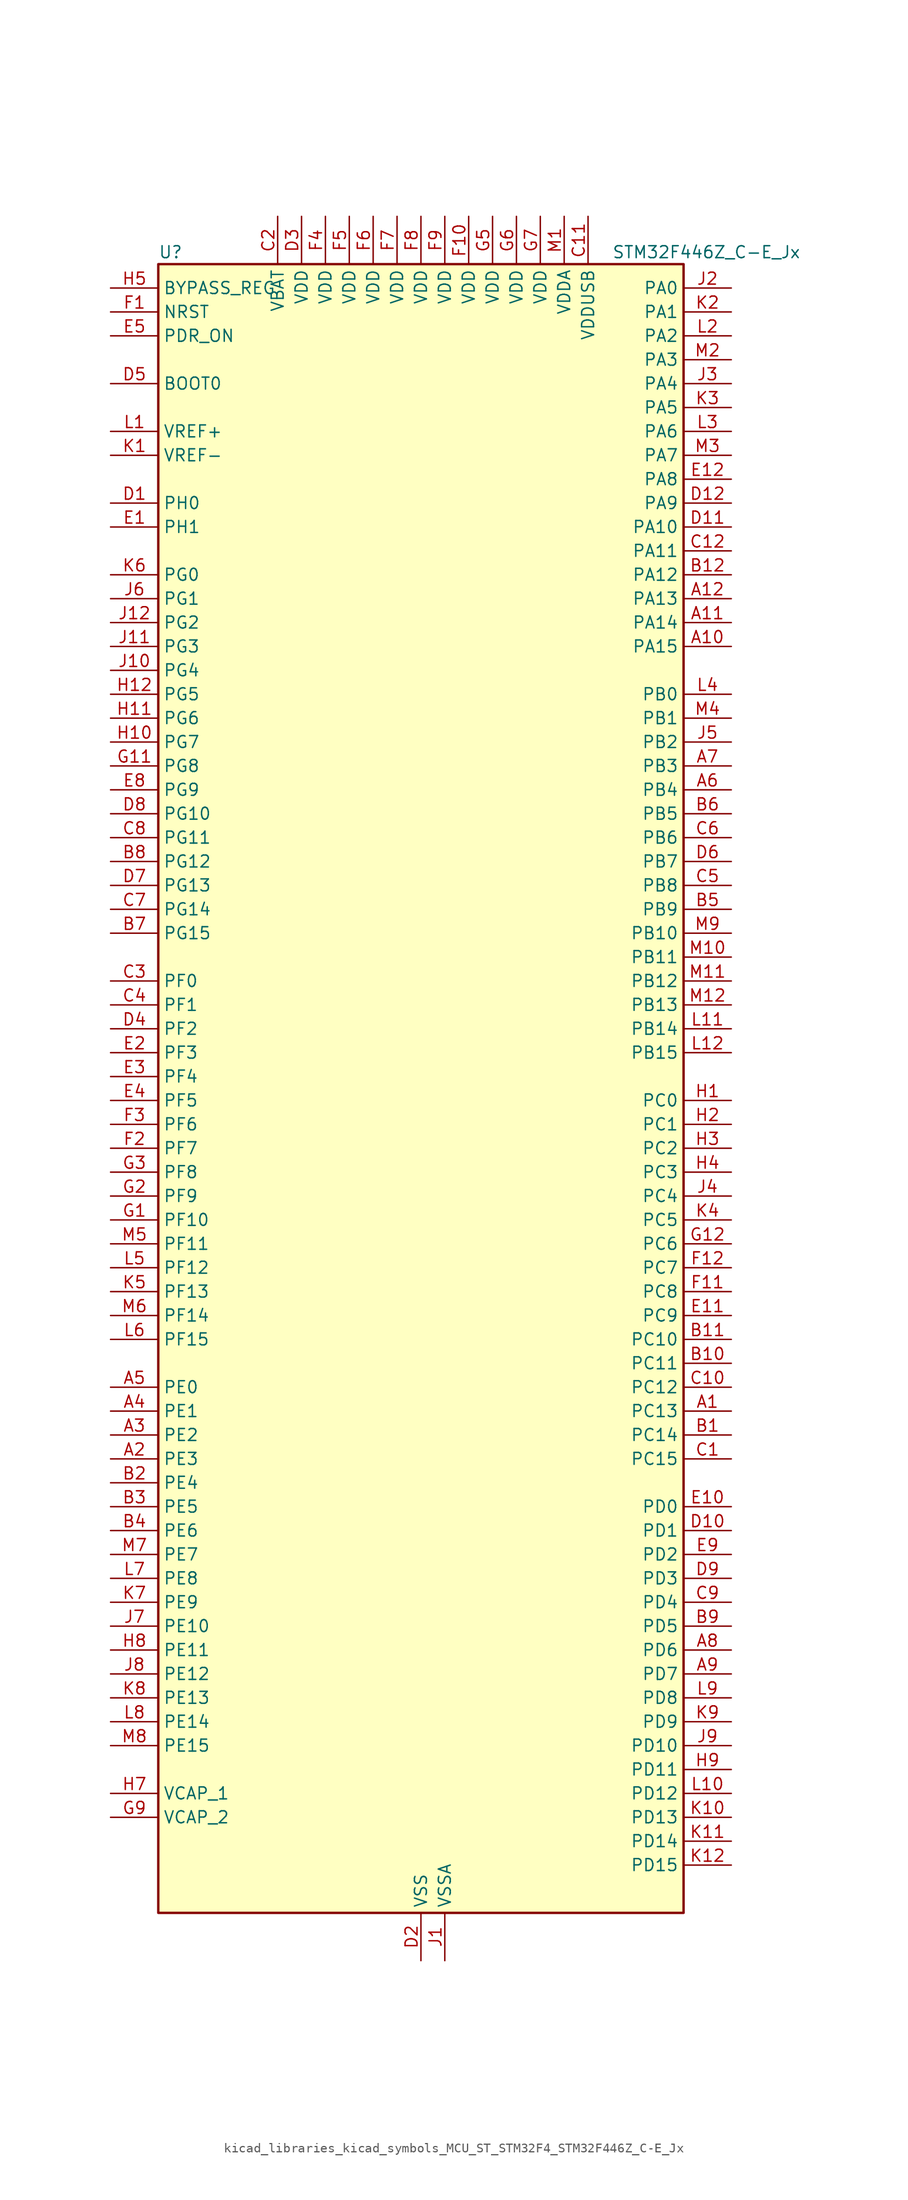
<source format=kicad_sym>
(kicad_symbol_lib
  (version 20220914)
  (generator kicad_symbol_editor)
  (symbol "kicad_libraries_kicad_symbols_MCU_ST_STM32F4_STM32F446Z_C-E_Jx"
    (property "Reference" "U"
      (at -27.94 90.17 0)
      (effects (font (size 1.27 1.27)) (justify left)))
    (property "Value" "STM32F446Z_C-E_Jx"
      (at 20.32 90.17 0)
      (effects (font (size 1.27 1.27)) (justify left)))
    (property "ki_locked" ""
      (at 0 0 0)
      (effects (font (size 1.27 1.27))))
    (symbol "kicad_libraries_kicad_symbols_MCU_ST_STM32F4_STM32F446Z_C-E_Jx_0_1"
      (rectangle (start -27.94 -86.36) (end 27.94 88.9) (stroke (width 0.254) (type default)) (fill (type background))))
    (symbol "kicad_libraries_kicad_symbols_MCU_ST_STM32F4_STM32F446Z_C-E_Jx_1_1"
      (pin bidirectional line (at 33.02 -33.02 180) (length 5.08) (name "PC13" (effects (font (size 1.27 1.27)))) (number "A1" (effects (font (size 1.27 1.27)))) (alternate "RTC_AF1" bidirectional line) (alternate "SYS_WKUP1" bidirectional line))
      (pin bidirectional line (at 33.02 48.26 180) (length 5.08) (name "PA15" (effects (font (size 1.27 1.27)))) (number "A10" (effects (font (size 1.27 1.27)))) (alternate "ADC1_EXTI15" bidirectional line) (alternate "ADC2_EXTI15" bidirectional line) (alternate "ADC3_EXTI15" bidirectional line) (alternate "CEC" bidirectional line) (alternate "I2S1_WS" bidirectional line) (alternate "I2S3_WS" bidirectional line) (alternate "SPI1_NSS" bidirectional line) (alternate "SPI3_NSS" bidirectional line) (alternate "SYS_JTDI" bidirectional line) (alternate "TIM2_CH1" bidirectional line) (alternate "TIM2_ETR" bidirectional line) (alternate "UART4_RTS" bidirectional line))
      (pin bidirectional line (at 33.02 50.8 180) (length 5.08) (name "PA14" (effects (font (size 1.27 1.27)))) (number "A11" (effects (font (size 1.27 1.27)))) (alternate "SYS_JTCK-SWCLK" bidirectional line))
      (pin bidirectional line (at 33.02 53.34 180) (length 5.08) (name "PA13" (effects (font (size 1.27 1.27)))) (number "A12" (effects (font (size 1.27 1.27)))) (alternate "SYS_JTMS-SWDIO" bidirectional line))
      (pin bidirectional line (at -33.02 -38.1 0) (length 5.08) (name "PE3" (effects (font (size 1.27 1.27)))) (number "A2" (effects (font (size 1.27 1.27)))) (alternate "FMC_A19" bidirectional line) (alternate "SAI1_SD_B" bidirectional line) (alternate "SYS_TRACED0" bidirectional line))
      (pin bidirectional line (at -33.02 -35.56 0) (length 5.08) (name "PE2" (effects (font (size 1.27 1.27)))) (number "A3" (effects (font (size 1.27 1.27)))) (alternate "FMC_A23" bidirectional line) (alternate "QUADSPI_BK1_IO2" bidirectional line) (alternate "SAI1_MCLK_A" bidirectional line) (alternate "SPI4_SCK" bidirectional line) (alternate "SYS_TRACECLK" bidirectional line))
      (pin bidirectional line (at -33.02 -33.02 0) (length 5.08) (name "PE1" (effects (font (size 1.27 1.27)))) (number "A4" (effects (font (size 1.27 1.27)))) (alternate "DCMI_D3" bidirectional line) (alternate "FMC_NBL1" bidirectional line))
      (pin bidirectional line (at -33.02 -30.48 0) (length 5.08) (name "PE0" (effects (font (size 1.27 1.27)))) (number "A5" (effects (font (size 1.27 1.27)))) (alternate "DCMI_D2" bidirectional line) (alternate "FMC_NBL0" bidirectional line) (alternate "SAI2_MCLK_A" bidirectional line) (alternate "TIM4_ETR" bidirectional line))
      (pin bidirectional line (at 33.02 33.02 180) (length 5.08) (name "PB4" (effects (font (size 1.27 1.27)))) (number "A6" (effects (font (size 1.27 1.27)))) (alternate "I2C3_SDA" bidirectional line) (alternate "I2S2_WS" bidirectional line) (alternate "SPI1_MISO" bidirectional line) (alternate "SPI2_NSS" bidirectional line) (alternate "SPI3_MISO" bidirectional line) (alternate "SYS_JTRST" bidirectional line) (alternate "TIM3_CH1" bidirectional line))
      (pin bidirectional line (at 33.02 35.56 180) (length 5.08) (name "PB3" (effects (font (size 1.27 1.27)))) (number "A7" (effects (font (size 1.27 1.27)))) (alternate "I2C2_SDA" bidirectional line) (alternate "I2S1_CK" bidirectional line) (alternate "I2S3_CK" bidirectional line) (alternate "SPI1_SCK" bidirectional line) (alternate "SPI3_SCK" bidirectional line) (alternate "SYS_JTDO-SWO" bidirectional line) (alternate "TIM2_CH2" bidirectional line))
      (pin bidirectional line (at 33.02 -58.42 180) (length 5.08) (name "PD6" (effects (font (size 1.27 1.27)))) (number "A8" (effects (font (size 1.27 1.27)))) (alternate "DCMI_D10" bidirectional line) (alternate "FMC_NWAIT" bidirectional line) (alternate "I2S3_SD" bidirectional line) (alternate "SAI1_SD_A" bidirectional line) (alternate "SPI3_MOSI" bidirectional line) (alternate "USART2_RX" bidirectional line))
      (pin bidirectional line (at 33.02 -60.96 180) (length 5.08) (name "PD7" (effects (font (size 1.27 1.27)))) (number "A9" (effects (font (size 1.27 1.27)))) (alternate "FMC_NE1" bidirectional line) (alternate "SPDIFRX_IN0" bidirectional line) (alternate "USART2_CK" bidirectional line))
      (pin bidirectional line (at 33.02 -35.56 180) (length 5.08) (name "PC14" (effects (font (size 1.27 1.27)))) (number "B1" (effects (font (size 1.27 1.27)))) (alternate "RCC_OSC32_IN" bidirectional line))
      (pin bidirectional line (at 33.02 -27.94 180) (length 5.08) (name "PC11" (effects (font (size 1.27 1.27)))) (number "B10" (effects (font (size 1.27 1.27)))) (alternate "ADC1_EXTI11" bidirectional line) (alternate "ADC2_EXTI11" bidirectional line) (alternate "ADC3_EXTI11" bidirectional line) (alternate "DCMI_D4" bidirectional line) (alternate "QUADSPI_BK2_NCS" bidirectional line) (alternate "SDIO_D3" bidirectional line) (alternate "SPI3_MISO" bidirectional line) (alternate "UART4_RX" bidirectional line) (alternate "USART3_RX" bidirectional line))
      (pin bidirectional line (at 33.02 -25.4 180) (length 5.08) (name "PC10" (effects (font (size 1.27 1.27)))) (number "B11" (effects (font (size 1.27 1.27)))) (alternate "DCMI_D8" bidirectional line) (alternate "I2S3_CK" bidirectional line) (alternate "QUADSPI_BK1_IO1" bidirectional line) (alternate "SDIO_D2" bidirectional line) (alternate "SPI3_SCK" bidirectional line) (alternate "UART4_TX" bidirectional line) (alternate "USART3_TX" bidirectional line))
      (pin bidirectional line (at 33.02 55.88 180) (length 5.08) (name "PA12" (effects (font (size 1.27 1.27)))) (number "B12" (effects (font (size 1.27 1.27)))) (alternate "CAN1_TX" bidirectional line) (alternate "SAI2_FS_B" bidirectional line) (alternate "TIM1_ETR" bidirectional line) (alternate "USART1_RTS" bidirectional line) (alternate "USB_OTG_FS_DP" bidirectional line))
      (pin bidirectional line (at -33.02 -40.64 0) (length 5.08) (name "PE4" (effects (font (size 1.27 1.27)))) (number "B2" (effects (font (size 1.27 1.27)))) (alternate "DCMI_D4" bidirectional line) (alternate "FMC_A20" bidirectional line) (alternate "SAI1_FS_A" bidirectional line) (alternate "SPI4_NSS" bidirectional line) (alternate "SYS_TRACED1" bidirectional line))
      (pin bidirectional line (at -33.02 -43.18 0) (length 5.08) (name "PE5" (effects (font (size 1.27 1.27)))) (number "B3" (effects (font (size 1.27 1.27)))) (alternate "DCMI_D6" bidirectional line) (alternate "FMC_A21" bidirectional line) (alternate "SAI1_SCK_A" bidirectional line) (alternate "SPI4_MISO" bidirectional line) (alternate "SYS_TRACED2" bidirectional line) (alternate "TIM9_CH1" bidirectional line))
      (pin bidirectional line (at -33.02 -45.72 0) (length 5.08) (name "PE6" (effects (font (size 1.27 1.27)))) (number "B4" (effects (font (size 1.27 1.27)))) (alternate "DCMI_D7" bidirectional line) (alternate "FMC_A22" bidirectional line) (alternate "SAI1_SD_A" bidirectional line) (alternate "SPI4_MOSI" bidirectional line) (alternate "SYS_TRACED3" bidirectional line) (alternate "TIM9_CH2" bidirectional line))
      (pin bidirectional line (at 33.02 20.32 180) (length 5.08) (name "PB9" (effects (font (size 1.27 1.27)))) (number "B5" (effects (font (size 1.27 1.27)))) (alternate "CAN1_TX" bidirectional line) (alternate "DAC_EXTI9" bidirectional line) (alternate "DCMI_D7" bidirectional line) (alternate "I2C1_SDA" bidirectional line) (alternate "I2S2_WS" bidirectional line) (alternate "SAI1_FS_B" bidirectional line) (alternate "SDIO_D5" bidirectional line) (alternate "SPI2_NSS" bidirectional line) (alternate "TIM11_CH1" bidirectional line) (alternate "TIM2_CH2" bidirectional line) (alternate "TIM4_CH4" bidirectional line))
      (pin bidirectional line (at 33.02 30.48 180) (length 5.08) (name "PB5" (effects (font (size 1.27 1.27)))) (number "B6" (effects (font (size 1.27 1.27)))) (alternate "CAN2_RX" bidirectional line) (alternate "DCMI_D10" bidirectional line) (alternate "FMC_SDCKE1" bidirectional line) (alternate "I2C1_SMBA" bidirectional line) (alternate "I2S1_SD" bidirectional line) (alternate "I2S3_SD" bidirectional line) (alternate "SPI1_MOSI" bidirectional line) (alternate "SPI3_MOSI" bidirectional line) (alternate "TIM3_CH2" bidirectional line) (alternate "USB_OTG_HS_ULPI_D7" bidirectional line))
      (pin bidirectional line (at -33.02 17.78 0) (length 5.08) (name "PG15" (effects (font (size 1.27 1.27)))) (number "B7" (effects (font (size 1.27 1.27)))) (alternate "ADC1_EXTI15" bidirectional line) (alternate "ADC2_EXTI15" bidirectional line) (alternate "ADC3_EXTI15" bidirectional line) (alternate "DCMI_D13" bidirectional line) (alternate "FMC_SDNCAS" bidirectional line) (alternate "USART6_CTS" bidirectional line))
      (pin bidirectional line (at -33.02 25.4 0) (length 5.08) (name "PG12" (effects (font (size 1.27 1.27)))) (number "B8" (effects (font (size 1.27 1.27)))) (alternate "FMC_NE4" bidirectional line) (alternate "SPDIFRX_IN1" bidirectional line) (alternate "SPI4_MISO" bidirectional line) (alternate "USART6_RTS" bidirectional line))
      (pin bidirectional line (at 33.02 -55.88 180) (length 5.08) (name "PD5" (effects (font (size 1.27 1.27)))) (number "B9" (effects (font (size 1.27 1.27)))) (alternate "FMC_NWE" bidirectional line) (alternate "USART2_TX" bidirectional line))
      (pin bidirectional line (at 33.02 -38.1 180) (length 5.08) (name "PC15" (effects (font (size 1.27 1.27)))) (number "C1" (effects (font (size 1.27 1.27)))) (alternate "ADC1_EXTI15" bidirectional line) (alternate "ADC2_EXTI15" bidirectional line) (alternate "ADC3_EXTI15" bidirectional line) (alternate "RCC_OSC32_OUT" bidirectional line))
      (pin bidirectional line (at 33.02 -30.48 180) (length 5.08) (name "PC12" (effects (font (size 1.27 1.27)))) (number "C10" (effects (font (size 1.27 1.27)))) (alternate "DCMI_D9" bidirectional line) (alternate "I2C2_SDA" bidirectional line) (alternate "I2S3_SD" bidirectional line) (alternate "SDIO_CK" bidirectional line) (alternate "SPI3_MOSI" bidirectional line) (alternate "UART5_TX" bidirectional line) (alternate "USART3_CK" bidirectional line))
      (pin power_in line (at 17.78 93.98 270) (length 5.08) (name "VDDUSB" (effects (font (size 1.27 1.27)))) (number "C11" (effects (font (size 1.27 1.27)))))
      (pin bidirectional line (at 33.02 58.42 180) (length 5.08) (name "PA11" (effects (font (size 1.27 1.27)))) (number "C12" (effects (font (size 1.27 1.27)))) (alternate "ADC1_EXTI11" bidirectional line) (alternate "ADC2_EXTI11" bidirectional line) (alternate "ADC3_EXTI11" bidirectional line) (alternate "CAN1_RX" bidirectional line) (alternate "TIM1_CH4" bidirectional line) (alternate "USART1_CTS" bidirectional line) (alternate "USB_OTG_FS_DM" bidirectional line))
      (pin power_in line (at -15.24 93.98 270) (length 5.08) (name "VBAT" (effects (font (size 1.27 1.27)))) (number "C2" (effects (font (size 1.27 1.27)))))
      (pin bidirectional line (at -33.02 12.7 0) (length 5.08) (name "PF0" (effects (font (size 1.27 1.27)))) (number "C3" (effects (font (size 1.27 1.27)))) (alternate "FMC_A0" bidirectional line) (alternate "I2C2_SDA" bidirectional line))
      (pin bidirectional line (at -33.02 10.16 0) (length 5.08) (name "PF1" (effects (font (size 1.27 1.27)))) (number "C4" (effects (font (size 1.27 1.27)))) (alternate "FMC_A1" bidirectional line) (alternate "I2C2_SCL" bidirectional line))
      (pin bidirectional line (at 33.02 22.86 180) (length 5.08) (name "PB8" (effects (font (size 1.27 1.27)))) (number "C5" (effects (font (size 1.27 1.27)))) (alternate "CAN1_RX" bidirectional line) (alternate "DCMI_D6" bidirectional line) (alternate "I2C1_SCL" bidirectional line) (alternate "SDIO_D4" bidirectional line) (alternate "TIM10_CH1" bidirectional line) (alternate "TIM2_CH1" bidirectional line) (alternate "TIM2_ETR" bidirectional line) (alternate "TIM4_CH3" bidirectional line))
      (pin bidirectional line (at 33.02 27.94 180) (length 5.08) (name "PB6" (effects (font (size 1.27 1.27)))) (number "C6" (effects (font (size 1.27 1.27)))) (alternate "CAN2_TX" bidirectional line) (alternate "CEC" bidirectional line) (alternate "DCMI_D5" bidirectional line) (alternate "FMC_SDNE1" bidirectional line) (alternate "I2C1_SCL" bidirectional line) (alternate "QUADSPI_BK1_NCS" bidirectional line) (alternate "TIM4_CH1" bidirectional line) (alternate "USART1_TX" bidirectional line))
      (pin bidirectional line (at -33.02 20.32 0) (length 5.08) (name "PG14" (effects (font (size 1.27 1.27)))) (number "C7" (effects (font (size 1.27 1.27)))) (alternate "FMC_A25" bidirectional line) (alternate "QUADSPI_BK2_IO3" bidirectional line) (alternate "SPI4_NSS" bidirectional line) (alternate "SYS_TRACED3" bidirectional line) (alternate "USART6_TX" bidirectional line))
      (pin bidirectional line (at -33.02 27.94 0) (length 5.08) (name "PG11" (effects (font (size 1.27 1.27)))) (number "C8" (effects (font (size 1.27 1.27)))) (alternate "ADC1_EXTI11" bidirectional line) (alternate "ADC2_EXTI11" bidirectional line) (alternate "ADC3_EXTI11" bidirectional line) (alternate "DCMI_D3" bidirectional line) (alternate "SPDIFRX_IN0" bidirectional line) (alternate "SPI4_SCK" bidirectional line))
      (pin bidirectional line (at 33.02 -53.34 180) (length 5.08) (name "PD4" (effects (font (size 1.27 1.27)))) (number "C9" (effects (font (size 1.27 1.27)))) (alternate "FMC_NOE" bidirectional line) (alternate "USART2_RTS" bidirectional line))
      (pin bidirectional line (at -33.02 63.5 0) (length 5.08) (name "PH0" (effects (font (size 1.27 1.27)))) (number "D1" (effects (font (size 1.27 1.27)))) (alternate "RCC_OSC_IN" bidirectional line))
      (pin bidirectional line (at 33.02 -45.72 180) (length 5.08) (name "PD1" (effects (font (size 1.27 1.27)))) (number "D10" (effects (font (size 1.27 1.27)))) (alternate "CAN1_TX" bidirectional line) (alternate "FMC_D3" bidirectional line) (alternate "FMC_DA3" bidirectional line) (alternate "I2S2_WS" bidirectional line) (alternate "SPI2_NSS" bidirectional line))
      (pin bidirectional line (at 33.02 60.96 180) (length 5.08) (name "PA10" (effects (font (size 1.27 1.27)))) (number "D11" (effects (font (size 1.27 1.27)))) (alternate "DCMI_D1" bidirectional line) (alternate "TIM1_CH3" bidirectional line) (alternate "USART1_RX" bidirectional line) (alternate "USB_OTG_FS_ID" bidirectional line))
      (pin bidirectional line (at 33.02 63.5 180) (length 5.08) (name "PA9" (effects (font (size 1.27 1.27)))) (number "D12" (effects (font (size 1.27 1.27)))) (alternate "DAC_EXTI9" bidirectional line) (alternate "DCMI_D0" bidirectional line) (alternate "I2C3_SMBA" bidirectional line) (alternate "I2S2_CK" bidirectional line) (alternate "SAI1_SD_B" bidirectional line) (alternate "SPI2_SCK" bidirectional line) (alternate "TIM1_CH2" bidirectional line) (alternate "USART1_TX" bidirectional line) (alternate "USB_OTG_FS_VBUS" bidirectional line))
      (pin power_in line (at 0 -91.44 90) (length 5.08) (name "VSS" (effects (font (size 1.27 1.27)))) (number "D2" (effects (font (size 1.27 1.27)))))
      (pin power_in line (at -12.7 93.98 270) (length 5.08) (name "VDD" (effects (font (size 1.27 1.27)))) (number "D3" (effects (font (size 1.27 1.27)))))
      (pin bidirectional line (at -33.02 7.62 0) (length 5.08) (name "PF2" (effects (font (size 1.27 1.27)))) (number "D4" (effects (font (size 1.27 1.27)))) (alternate "FMC_A2" bidirectional line) (alternate "I2C2_SMBA" bidirectional line))
      (pin input line (at -33.02 76.2 0) (length 5.08) (name "BOOT0" (effects (font (size 1.27 1.27)))) (number "D5" (effects (font (size 1.27 1.27)))))
      (pin bidirectional line (at 33.02 25.4 180) (length 5.08) (name "PB7" (effects (font (size 1.27 1.27)))) (number "D6" (effects (font (size 1.27 1.27)))) (alternate "DCMI_VSYNC" bidirectional line) (alternate "FMC_NL" bidirectional line) (alternate "I2C1_SDA" bidirectional line) (alternate "SPDIFRX_IN0" bidirectional line) (alternate "TIM4_CH2" bidirectional line) (alternate "USART1_RX" bidirectional line))
      (pin bidirectional line (at -33.02 22.86 0) (length 5.08) (name "PG13" (effects (font (size 1.27 1.27)))) (number "D7" (effects (font (size 1.27 1.27)))) (alternate "FMC_A24" bidirectional line) (alternate "SPI4_MOSI" bidirectional line) (alternate "SYS_TRACED2" bidirectional line) (alternate "USART6_CTS" bidirectional line))
      (pin bidirectional line (at -33.02 30.48 0) (length 5.08) (name "PG10" (effects (font (size 1.27 1.27)))) (number "D8" (effects (font (size 1.27 1.27)))) (alternate "DCMI_D2" bidirectional line) (alternate "FMC_NE3" bidirectional line) (alternate "SAI2_SD_B" bidirectional line))
      (pin bidirectional line (at 33.02 -50.8 180) (length 5.08) (name "PD3" (effects (font (size 1.27 1.27)))) (number "D9" (effects (font (size 1.27 1.27)))) (alternate "DCMI_D5" bidirectional line) (alternate "FMC_CLK" bidirectional line) (alternate "I2S2_CK" bidirectional line) (alternate "QUADSPI_CLK" bidirectional line) (alternate "SPI2_SCK" bidirectional line) (alternate "SYS_TRACED1" bidirectional line) (alternate "USART2_CTS" bidirectional line))
      (pin bidirectional line (at -33.02 60.96 0) (length 5.08) (name "PH1" (effects (font (size 1.27 1.27)))) (number "E1" (effects (font (size 1.27 1.27)))) (alternate "RCC_OSC_OUT" bidirectional line))
      (pin bidirectional line (at 33.02 -43.18 180) (length 5.08) (name "PD0" (effects (font (size 1.27 1.27)))) (number "E10" (effects (font (size 1.27 1.27)))) (alternate "CAN1_RX" bidirectional line) (alternate "FMC_D2" bidirectional line) (alternate "FMC_DA2" bidirectional line) (alternate "I2S3_SD" bidirectional line) (alternate "SPI3_MOSI" bidirectional line) (alternate "SPI4_MISO" bidirectional line))
      (pin bidirectional line (at 33.02 -22.86 180) (length 5.08) (name "PC9" (effects (font (size 1.27 1.27)))) (number "E11" (effects (font (size 1.27 1.27)))) (alternate "DAC_EXTI9" bidirectional line) (alternate "DCMI_D3" bidirectional line) (alternate "I2C3_SDA" bidirectional line) (alternate "I2S_CKIN" bidirectional line) (alternate "QUADSPI_BK1_IO0" bidirectional line) (alternate "RCC_MCO_2" bidirectional line) (alternate "SDIO_D1" bidirectional line) (alternate "TIM3_CH4" bidirectional line) (alternate "TIM8_CH4" bidirectional line) (alternate "UART5_CTS" bidirectional line))
      (pin bidirectional line (at 33.02 66.04 180) (length 5.08) (name "PA8" (effects (font (size 1.27 1.27)))) (number "E12" (effects (font (size 1.27 1.27)))) (alternate "I2C3_SCL" bidirectional line) (alternate "RCC_MCO_1" bidirectional line) (alternate "TIM1_CH1" bidirectional line) (alternate "USART1_CK" bidirectional line) (alternate "USB_OTG_FS_SOF" bidirectional line))
      (pin bidirectional line (at -33.02 5.08 0) (length 5.08) (name "PF3" (effects (font (size 1.27 1.27)))) (number "E2" (effects (font (size 1.27 1.27)))) (alternate "ADC3_IN9" bidirectional line) (alternate "FMC_A3" bidirectional line))
      (pin bidirectional line (at -33.02 2.54 0) (length 5.08) (name "PF4" (effects (font (size 1.27 1.27)))) (number "E3" (effects (font (size 1.27 1.27)))) (alternate "ADC3_IN14" bidirectional line) (alternate "FMC_A4" bidirectional line))
      (pin bidirectional line (at -33.02 0 0) (length 5.08) (name "PF5" (effects (font (size 1.27 1.27)))) (number "E4" (effects (font (size 1.27 1.27)))) (alternate "ADC3_IN15" bidirectional line) (alternate "FMC_A5" bidirectional line))
      (pin input line (at -33.02 81.28 0) (length 5.08) (name "PDR_ON" (effects (font (size 1.27 1.27)))) (number "E5" (effects (font (size 1.27 1.27)))))
      (pin passive line (at 0 -91.44 90) (length 5.08) hide (name "VSS" (effects (font (size 1.27 1.27)))) (number "E6" (effects (font (size 1.27 1.27)))))
      (pin passive line (at 0 -91.44 90) (length 5.08) hide (name "VSS" (effects (font (size 1.27 1.27)))) (number "E7" (effects (font (size 1.27 1.27)))))
      (pin bidirectional line (at -33.02 33.02 0) (length 5.08) (name "PG9" (effects (font (size 1.27 1.27)))) (number "E8" (effects (font (size 1.27 1.27)))) (alternate "DAC_EXTI9" bidirectional line) (alternate "DCMI_VSYNC" bidirectional line) (alternate "FMC_NCE3" bidirectional line) (alternate "FMC_NE2" bidirectional line) (alternate "QUADSPI_BK2_IO2" bidirectional line) (alternate "SAI2_FS_B" bidirectional line) (alternate "SPDIFRX_IN3" bidirectional line) (alternate "USART6_RX" bidirectional line))
      (pin bidirectional line (at 33.02 -48.26 180) (length 5.08) (name "PD2" (effects (font (size 1.27 1.27)))) (number "E9" (effects (font (size 1.27 1.27)))) (alternate "DCMI_D11" bidirectional line) (alternate "SDIO_CMD" bidirectional line) (alternate "TIM3_ETR" bidirectional line) (alternate "UART5_RX" bidirectional line))
      (pin input line (at -33.02 83.82 0) (length 5.08) (name "NRST" (effects (font (size 1.27 1.27)))) (number "F1" (effects (font (size 1.27 1.27)))))
      (pin power_in line (at 5.08 93.98 270) (length 5.08) (name "VDD" (effects (font (size 1.27 1.27)))) (number "F10" (effects (font (size 1.27 1.27)))))
      (pin bidirectional line (at 33.02 -20.32 180) (length 5.08) (name "PC8" (effects (font (size 1.27 1.27)))) (number "F11" (effects (font (size 1.27 1.27)))) (alternate "DCMI_D2" bidirectional line) (alternate "SDIO_D0" bidirectional line) (alternate "SYS_TRACED0" bidirectional line) (alternate "TIM3_CH3" bidirectional line) (alternate "TIM8_CH3" bidirectional line) (alternate "UART5_RTS" bidirectional line) (alternate "USART6_CK" bidirectional line))
      (pin bidirectional line (at 33.02 -17.78 180) (length 5.08) (name "PC7" (effects (font (size 1.27 1.27)))) (number "F12" (effects (font (size 1.27 1.27)))) (alternate "DCMI_D1" bidirectional line) (alternate "FMPI2C1_SDA" bidirectional line) (alternate "I2S2_CK" bidirectional line) (alternate "I2S3_MCK" bidirectional line) (alternate "SDIO_D7" bidirectional line) (alternate "SPDIFRX_IN1" bidirectional line) (alternate "SPI2_SCK" bidirectional line) (alternate "TIM3_CH2" bidirectional line) (alternate "TIM8_CH2" bidirectional line) (alternate "USART6_RX" bidirectional line))
      (pin bidirectional line (at -33.02 -5.08 0) (length 5.08) (name "PF7" (effects (font (size 1.27 1.27)))) (number "F2" (effects (font (size 1.27 1.27)))) (alternate "ADC3_IN5" bidirectional line) (alternate "QUADSPI_BK1_IO2" bidirectional line) (alternate "SAI1_MCLK_B" bidirectional line) (alternate "TIM11_CH1" bidirectional line))
      (pin bidirectional line (at -33.02 -2.54 0) (length 5.08) (name "PF6" (effects (font (size 1.27 1.27)))) (number "F3" (effects (font (size 1.27 1.27)))) (alternate "ADC3_IN4" bidirectional line) (alternate "QUADSPI_BK1_IO3" bidirectional line) (alternate "SAI1_SD_B" bidirectional line) (alternate "TIM10_CH1" bidirectional line))
      (pin power_in line (at -10.16 93.98 270) (length 5.08) (name "VDD" (effects (font (size 1.27 1.27)))) (number "F4" (effects (font (size 1.27 1.27)))))
      (pin power_in line (at -7.62 93.98 270) (length 5.08) (name "VDD" (effects (font (size 1.27 1.27)))) (number "F5" (effects (font (size 1.27 1.27)))))
      (pin power_in line (at -5.08 93.98 270) (length 5.08) (name "VDD" (effects (font (size 1.27 1.27)))) (number "F6" (effects (font (size 1.27 1.27)))))
      (pin power_in line (at -2.54 93.98 270) (length 5.08) (name "VDD" (effects (font (size 1.27 1.27)))) (number "F7" (effects (font (size 1.27 1.27)))))
      (pin power_in line (at 0 93.98 270) (length 5.08) (name "VDD" (effects (font (size 1.27 1.27)))) (number "F8" (effects (font (size 1.27 1.27)))))
      (pin power_in line (at 2.54 93.98 270) (length 5.08) (name "VDD" (effects (font (size 1.27 1.27)))) (number "F9" (effects (font (size 1.27 1.27)))))
      (pin bidirectional line (at -33.02 -12.7 0) (length 5.08) (name "PF10" (effects (font (size 1.27 1.27)))) (number "G1" (effects (font (size 1.27 1.27)))) (alternate "ADC3_IN8" bidirectional line) (alternate "DCMI_D11" bidirectional line))
      (pin passive line (at 0 -91.44 90) (length 5.08) hide (name "VSS" (effects (font (size 1.27 1.27)))) (number "G10" (effects (font (size 1.27 1.27)))))
      (pin bidirectional line (at -33.02 35.56 0) (length 5.08) (name "PG8" (effects (font (size 1.27 1.27)))) (number "G11" (effects (font (size 1.27 1.27)))) (alternate "FMC_SDCLK" bidirectional line) (alternate "SPDIFRX_IN2" bidirectional line) (alternate "USART6_RTS" bidirectional line))
      (pin bidirectional line (at 33.02 -15.24 180) (length 5.08) (name "PC6" (effects (font (size 1.27 1.27)))) (number "G12" (effects (font (size 1.27 1.27)))) (alternate "DCMI_D0" bidirectional line) (alternate "FMPI2C1_SCL" bidirectional line) (alternate "I2S2_MCK" bidirectional line) (alternate "SDIO_D6" bidirectional line) (alternate "TIM3_CH1" bidirectional line) (alternate "TIM8_CH1" bidirectional line) (alternate "USART6_TX" bidirectional line))
      (pin bidirectional line (at -33.02 -10.16 0) (length 5.08) (name "PF9" (effects (font (size 1.27 1.27)))) (number "G2" (effects (font (size 1.27 1.27)))) (alternate "ADC3_IN7" bidirectional line) (alternate "DAC_EXTI9" bidirectional line) (alternate "QUADSPI_BK1_IO1" bidirectional line) (alternate "SAI1_FS_B" bidirectional line) (alternate "TIM14_CH1" bidirectional line))
      (pin bidirectional line (at -33.02 -7.62 0) (length 5.08) (name "PF8" (effects (font (size 1.27 1.27)))) (number "G3" (effects (font (size 1.27 1.27)))) (alternate "ADC3_IN6" bidirectional line) (alternate "QUADSPI_BK1_IO0" bidirectional line) (alternate "SAI1_SCK_B" bidirectional line) (alternate "TIM13_CH1" bidirectional line))
      (pin passive line (at 0 -91.44 90) (length 5.08) hide (name "VSS" (effects (font (size 1.27 1.27)))) (number "G4" (effects (font (size 1.27 1.27)))))
      (pin power_in line (at 7.62 93.98 270) (length 5.08) (name "VDD" (effects (font (size 1.27 1.27)))) (number "G5" (effects (font (size 1.27 1.27)))))
      (pin power_in line (at 10.16 93.98 270) (length 5.08) (name "VDD" (effects (font (size 1.27 1.27)))) (number "G6" (effects (font (size 1.27 1.27)))))
      (pin power_in line (at 12.7 93.98 270) (length 5.08) (name "VDD" (effects (font (size 1.27 1.27)))) (number "G7" (effects (font (size 1.27 1.27)))))
      (pin passive line (at 0 -91.44 90) (length 5.08) hide (name "VSS" (effects (font (size 1.27 1.27)))) (number "G8" (effects (font (size 1.27 1.27)))))
      (pin power_out line (at -33.02 -76.2 0) (length 5.08) (name "VCAP_2" (effects (font (size 1.27 1.27)))) (number "G9" (effects (font (size 1.27 1.27)))))
      (pin bidirectional line (at 33.02 0 180) (length 5.08) (name "PC0" (effects (font (size 1.27 1.27)))) (number "H1" (effects (font (size 1.27 1.27)))) (alternate "ADC1_IN10" bidirectional line) (alternate "ADC2_IN10" bidirectional line) (alternate "ADC3_IN10" bidirectional line) (alternate "FMC_SDNWE" bidirectional line) (alternate "SAI1_MCLK_B" bidirectional line) (alternate "USB_OTG_HS_ULPI_STP" bidirectional line))
      (pin bidirectional line (at -33.02 38.1 0) (length 5.08) (name "PG7" (effects (font (size 1.27 1.27)))) (number "H10" (effects (font (size 1.27 1.27)))) (alternate "DCMI_D13" bidirectional line) (alternate "FMC_INT3" bidirectional line) (alternate "USART6_CK" bidirectional line))
      (pin bidirectional line (at -33.02 40.64 0) (length 5.08) (name "PG6" (effects (font (size 1.27 1.27)))) (number "H11" (effects (font (size 1.27 1.27)))) (alternate "DCMI_D12" bidirectional line) (alternate "QUADSPI_BK1_NCS" bidirectional line))
      (pin bidirectional line (at -33.02 43.18 0) (length 5.08) (name "PG5" (effects (font (size 1.27 1.27)))) (number "H12" (effects (font (size 1.27 1.27)))) (alternate "FMC_A15" bidirectional line) (alternate "FMC_BA1" bidirectional line))
      (pin bidirectional line (at 33.02 -2.54 180) (length 5.08) (name "PC1" (effects (font (size 1.27 1.27)))) (number "H2" (effects (font (size 1.27 1.27)))) (alternate "ADC1_IN11" bidirectional line) (alternate "ADC2_IN11" bidirectional line) (alternate "ADC3_IN11" bidirectional line) (alternate "I2S2_SD" bidirectional line) (alternate "I2S3_SD" bidirectional line) (alternate "SAI1_SD_A" bidirectional line) (alternate "SPI2_MOSI" bidirectional line) (alternate "SPI3_MOSI" bidirectional line))
      (pin bidirectional line (at 33.02 -5.08 180) (length 5.08) (name "PC2" (effects (font (size 1.27 1.27)))) (number "H3" (effects (font (size 1.27 1.27)))) (alternate "ADC1_IN12" bidirectional line) (alternate "ADC2_IN12" bidirectional line) (alternate "ADC3_IN12" bidirectional line) (alternate "FMC_SDNE0" bidirectional line) (alternate "SPI2_MISO" bidirectional line) (alternate "USB_OTG_HS_ULPI_DIR" bidirectional line))
      (pin bidirectional line (at 33.02 -7.62 180) (length 5.08) (name "PC3" (effects (font (size 1.27 1.27)))) (number "H4" (effects (font (size 1.27 1.27)))) (alternate "ADC1_IN13" bidirectional line) (alternate "ADC2_IN13" bidirectional line) (alternate "ADC3_IN13" bidirectional line) (alternate "FMC_SDCKE0" bidirectional line) (alternate "I2S2_SD" bidirectional line) (alternate "SPI2_MOSI" bidirectional line) (alternate "USB_OTG_HS_ULPI_NXT" bidirectional line))
      (pin input line (at -33.02 86.36 0) (length 5.08) (name "BYPASS_REG" (effects (font (size 1.27 1.27)))) (number "H5" (effects (font (size 1.27 1.27)))))
      (pin passive line (at 0 -91.44 90) (length 5.08) hide (name "VSS" (effects (font (size 1.27 1.27)))) (number "H6" (effects (font (size 1.27 1.27)))))
      (pin power_out line (at -33.02 -73.66 0) (length 5.08) (name "VCAP_1" (effects (font (size 1.27 1.27)))) (number "H7" (effects (font (size 1.27 1.27)))))
      (pin bidirectional line (at -33.02 -58.42 0) (length 5.08) (name "PE11" (effects (font (size 1.27 1.27)))) (number "H8" (effects (font (size 1.27 1.27)))) (alternate "ADC1_EXTI11" bidirectional line) (alternate "ADC2_EXTI11" bidirectional line) (alternate "ADC3_EXTI11" bidirectional line) (alternate "FMC_D8" bidirectional line) (alternate "FMC_DA8" bidirectional line) (alternate "SAI2_SD_B" bidirectional line) (alternate "SPI4_NSS" bidirectional line) (alternate "TIM1_CH2" bidirectional line))
      (pin bidirectional line (at 33.02 -71.12 180) (length 5.08) (name "PD11" (effects (font (size 1.27 1.27)))) (number "H9" (effects (font (size 1.27 1.27)))) (alternate "ADC1_EXTI11" bidirectional line) (alternate "ADC2_EXTI11" bidirectional line) (alternate "ADC3_EXTI11" bidirectional line) (alternate "FMC_A16" bidirectional line) (alternate "FMC_CLE" bidirectional line) (alternate "FMPI2C1_SMBA" bidirectional line) (alternate "QUADSPI_BK1_IO0" bidirectional line) (alternate "SAI2_SD_A" bidirectional line) (alternate "USART3_CTS" bidirectional line))
      (pin power_in line (at 2.54 -91.44 90) (length 5.08) (name "VSSA" (effects (font (size 1.27 1.27)))) (number "J1" (effects (font (size 1.27 1.27)))))
      (pin bidirectional line (at -33.02 45.72 0) (length 5.08) (name "PG4" (effects (font (size 1.27 1.27)))) (number "J10" (effects (font (size 1.27 1.27)))) (alternate "FMC_A14" bidirectional line) (alternate "FMC_BA0" bidirectional line))
      (pin bidirectional line (at -33.02 48.26 0) (length 5.08) (name "PG3" (effects (font (size 1.27 1.27)))) (number "J11" (effects (font (size 1.27 1.27)))) (alternate "FMC_A13" bidirectional line))
      (pin bidirectional line (at -33.02 50.8 0) (length 5.08) (name "PG2" (effects (font (size 1.27 1.27)))) (number "J12" (effects (font (size 1.27 1.27)))) (alternate "FMC_A12" bidirectional line))
      (pin bidirectional line (at 33.02 86.36 180) (length 5.08) (name "PA0" (effects (font (size 1.27 1.27)))) (number "J2" (effects (font (size 1.27 1.27)))) (alternate "ADC1_IN0" bidirectional line) (alternate "ADC2_IN0" bidirectional line) (alternate "ADC3_IN0" bidirectional line) (alternate "RTC_AF2" bidirectional line) (alternate "SYS_WKUP0" bidirectional line) (alternate "TIM2_CH1" bidirectional line) (alternate "TIM2_ETR" bidirectional line) (alternate "TIM5_CH1" bidirectional line) (alternate "TIM8_ETR" bidirectional line) (alternate "UART4_TX" bidirectional line) (alternate "USART2_CTS" bidirectional line))
      (pin bidirectional line (at 33.02 76.2 180) (length 5.08) (name "PA4" (effects (font (size 1.27 1.27)))) (number "J3" (effects (font (size 1.27 1.27)))) (alternate "ADC1_IN4" bidirectional line) (alternate "ADC2_IN4" bidirectional line) (alternate "DAC_OUT1" bidirectional line) (alternate "DCMI_HSYNC" bidirectional line) (alternate "I2S1_WS" bidirectional line) (alternate "I2S3_WS" bidirectional line) (alternate "SPI1_NSS" bidirectional line) (alternate "SPI3_NSS" bidirectional line) (alternate "USART2_CK" bidirectional line) (alternate "USB_OTG_HS_SOF" bidirectional line))
      (pin bidirectional line (at 33.02 -10.16 180) (length 5.08) (name "PC4" (effects (font (size 1.27 1.27)))) (number "J4" (effects (font (size 1.27 1.27)))) (alternate "ADC1_IN14" bidirectional line) (alternate "ADC2_IN14" bidirectional line) (alternate "FMC_SDNE0" bidirectional line) (alternate "I2S1_MCK" bidirectional line) (alternate "SPDIFRX_IN2" bidirectional line))
      (pin bidirectional line (at 33.02 38.1 180) (length 5.08) (name "PB2" (effects (font (size 1.27 1.27)))) (number "J5" (effects (font (size 1.27 1.27)))) (alternate "I2S3_SD" bidirectional line) (alternate "QUADSPI_CLK" bidirectional line) (alternate "SAI1_SD_A" bidirectional line) (alternate "SDIO_CK" bidirectional line) (alternate "SPI3_MOSI" bidirectional line) (alternate "TIM2_CH4" bidirectional line) (alternate "USB_OTG_HS_ULPI_D4" bidirectional line))
      (pin bidirectional line (at -33.02 53.34 0) (length 5.08) (name "PG1" (effects (font (size 1.27 1.27)))) (number "J6" (effects (font (size 1.27 1.27)))) (alternate "FMC_A11" bidirectional line))
      (pin bidirectional line (at -33.02 -55.88 0) (length 5.08) (name "PE10" (effects (font (size 1.27 1.27)))) (number "J7" (effects (font (size 1.27 1.27)))) (alternate "FMC_D7" bidirectional line) (alternate "FMC_DA7" bidirectional line) (alternate "QUADSPI_BK2_IO3" bidirectional line) (alternate "TIM1_CH2N" bidirectional line))
      (pin bidirectional line (at -33.02 -60.96 0) (length 5.08) (name "PE12" (effects (font (size 1.27 1.27)))) (number "J8" (effects (font (size 1.27 1.27)))) (alternate "FMC_D9" bidirectional line) (alternate "FMC_DA9" bidirectional line) (alternate "SAI2_SCK_B" bidirectional line) (alternate "SPI4_SCK" bidirectional line) (alternate "TIM1_CH3N" bidirectional line))
      (pin bidirectional line (at 33.02 -68.58 180) (length 5.08) (name "PD10" (effects (font (size 1.27 1.27)))) (number "J9" (effects (font (size 1.27 1.27)))) (alternate "FMC_D15" bidirectional line) (alternate "FMC_DA15" bidirectional line) (alternate "USART3_CK" bidirectional line))
      (pin input line (at -33.02 68.58 0) (length 5.08) (name "VREF-" (effects (font (size 1.27 1.27)))) (number "K1" (effects (font (size 1.27 1.27)))))
      (pin bidirectional line (at 33.02 -76.2 180) (length 5.08) (name "PD13" (effects (font (size 1.27 1.27)))) (number "K10" (effects (font (size 1.27 1.27)))) (alternate "FMC_A18" bidirectional line) (alternate "FMPI2C1_SDA" bidirectional line) (alternate "QUADSPI_BK1_IO3" bidirectional line) (alternate "SAI2_SCK_A" bidirectional line) (alternate "TIM4_CH2" bidirectional line))
      (pin bidirectional line (at 33.02 -78.74 180) (length 5.08) (name "PD14" (effects (font (size 1.27 1.27)))) (number "K11" (effects (font (size 1.27 1.27)))) (alternate "FMC_D0" bidirectional line) (alternate "FMC_DA0" bidirectional line) (alternate "FMPI2C1_SCL" bidirectional line) (alternate "SAI2_SCK_A" bidirectional line) (alternate "TIM4_CH3" bidirectional line))
      (pin bidirectional line (at 33.02 -81.28 180) (length 5.08) (name "PD15" (effects (font (size 1.27 1.27)))) (number "K12" (effects (font (size 1.27 1.27)))) (alternate "ADC1_EXTI15" bidirectional line) (alternate "ADC2_EXTI15" bidirectional line) (alternate "ADC3_EXTI15" bidirectional line) (alternate "FMC_D1" bidirectional line) (alternate "FMC_DA1" bidirectional line) (alternate "FMPI2C1_SDA" bidirectional line) (alternate "TIM4_CH4" bidirectional line))
      (pin bidirectional line (at 33.02 83.82 180) (length 5.08) (name "PA1" (effects (font (size 1.27 1.27)))) (number "K2" (effects (font (size 1.27 1.27)))) (alternate "ADC1_IN1" bidirectional line) (alternate "ADC2_IN1" bidirectional line) (alternate "ADC3_IN1" bidirectional line) (alternate "QUADSPI_BK1_IO3" bidirectional line) (alternate "SAI2_MCLK_B" bidirectional line) (alternate "TIM2_CH2" bidirectional line) (alternate "TIM5_CH2" bidirectional line) (alternate "UART4_RX" bidirectional line) (alternate "USART2_RTS" bidirectional line))
      (pin bidirectional line (at 33.02 73.66 180) (length 5.08) (name "PA5" (effects (font (size 1.27 1.27)))) (number "K3" (effects (font (size 1.27 1.27)))) (alternate "ADC1_IN5" bidirectional line) (alternate "ADC2_IN5" bidirectional line) (alternate "DAC_OUT2" bidirectional line) (alternate "I2S1_CK" bidirectional line) (alternate "SPI1_SCK" bidirectional line) (alternate "TIM2_CH1" bidirectional line) (alternate "TIM2_ETR" bidirectional line) (alternate "TIM8_CH1N" bidirectional line) (alternate "USB_OTG_HS_ULPI_CK" bidirectional line))
      (pin bidirectional line (at 33.02 -12.7 180) (length 5.08) (name "PC5" (effects (font (size 1.27 1.27)))) (number "K4" (effects (font (size 1.27 1.27)))) (alternate "ADC1_IN15" bidirectional line) (alternate "ADC2_IN15" bidirectional line) (alternate "FMC_SDCKE0" bidirectional line) (alternate "SPDIFRX_IN3" bidirectional line) (alternate "USART3_RX" bidirectional line))
      (pin bidirectional line (at -33.02 -20.32 0) (length 5.08) (name "PF13" (effects (font (size 1.27 1.27)))) (number "K5" (effects (font (size 1.27 1.27)))) (alternate "FMC_A7" bidirectional line) (alternate "FMPI2C1_SMBA" bidirectional line))
      (pin bidirectional line (at -33.02 55.88 0) (length 5.08) (name "PG0" (effects (font (size 1.27 1.27)))) (number "K6" (effects (font (size 1.27 1.27)))) (alternate "FMC_A10" bidirectional line))
      (pin bidirectional line (at -33.02 -53.34 0) (length 5.08) (name "PE9" (effects (font (size 1.27 1.27)))) (number "K7" (effects (font (size 1.27 1.27)))) (alternate "DAC_EXTI9" bidirectional line) (alternate "FMC_D6" bidirectional line) (alternate "FMC_DA6" bidirectional line) (alternate "QUADSPI_BK2_IO2" bidirectional line) (alternate "TIM1_CH1" bidirectional line))
      (pin bidirectional line (at -33.02 -63.5 0) (length 5.08) (name "PE13" (effects (font (size 1.27 1.27)))) (number "K8" (effects (font (size 1.27 1.27)))) (alternate "FMC_D10" bidirectional line) (alternate "FMC_DA10" bidirectional line) (alternate "SAI2_FS_B" bidirectional line) (alternate "SPI4_MISO" bidirectional line) (alternate "TIM1_CH3" bidirectional line))
      (pin bidirectional line (at 33.02 -66.04 180) (length 5.08) (name "PD9" (effects (font (size 1.27 1.27)))) (number "K9" (effects (font (size 1.27 1.27)))) (alternate "DAC_EXTI9" bidirectional line) (alternate "FMC_D14" bidirectional line) (alternate "FMC_DA14" bidirectional line) (alternate "USART3_RX" bidirectional line))
      (pin input line (at -33.02 71.12 0) (length 5.08) (name "VREF+" (effects (font (size 1.27 1.27)))) (number "L1" (effects (font (size 1.27 1.27)))))
      (pin bidirectional line (at 33.02 -73.66 180) (length 5.08) (name "PD12" (effects (font (size 1.27 1.27)))) (number "L10" (effects (font (size 1.27 1.27)))) (alternate "FMC_A17" bidirectional line) (alternate "FMC_ALE" bidirectional line) (alternate "FMPI2C1_SCL" bidirectional line) (alternate "QUADSPI_BK1_IO1" bidirectional line) (alternate "SAI2_FS_A" bidirectional line) (alternate "TIM4_CH1" bidirectional line) (alternate "USART3_RTS" bidirectional line))
      (pin bidirectional line (at 33.02 7.62 180) (length 5.08) (name "PB14" (effects (font (size 1.27 1.27)))) (number "L11" (effects (font (size 1.27 1.27)))) (alternate "SPI2_MISO" bidirectional line) (alternate "TIM12_CH1" bidirectional line) (alternate "TIM1_CH2N" bidirectional line) (alternate "TIM8_CH2N" bidirectional line) (alternate "USART3_RTS" bidirectional line) (alternate "USB_OTG_HS_DM" bidirectional line))
      (pin bidirectional line (at 33.02 5.08 180) (length 5.08) (name "PB15" (effects (font (size 1.27 1.27)))) (number "L12" (effects (font (size 1.27 1.27)))) (alternate "ADC1_EXTI15" bidirectional line) (alternate "ADC2_EXTI15" bidirectional line) (alternate "ADC3_EXTI15" bidirectional line) (alternate "I2S2_SD" bidirectional line) (alternate "RTC_REFIN" bidirectional line) (alternate "SPI2_MOSI" bidirectional line) (alternate "TIM12_CH2" bidirectional line) (alternate "TIM1_CH3N" bidirectional line) (alternate "TIM8_CH3N" bidirectional line) (alternate "USB_OTG_HS_DP" bidirectional line))
      (pin bidirectional line (at 33.02 81.28 180) (length 5.08) (name "PA2" (effects (font (size 1.27 1.27)))) (number "L2" (effects (font (size 1.27 1.27)))) (alternate "ADC1_IN2" bidirectional line) (alternate "ADC2_IN2" bidirectional line) (alternate "ADC3_IN2" bidirectional line) (alternate "SAI2_SCK_B" bidirectional line) (alternate "TIM2_CH3" bidirectional line) (alternate "TIM5_CH3" bidirectional line) (alternate "TIM9_CH1" bidirectional line) (alternate "USART2_TX" bidirectional line))
      (pin bidirectional line (at 33.02 71.12 180) (length 5.08) (name "PA6" (effects (font (size 1.27 1.27)))) (number "L3" (effects (font (size 1.27 1.27)))) (alternate "ADC1_IN6" bidirectional line) (alternate "ADC2_IN6" bidirectional line) (alternate "DCMI_PIXCLK" bidirectional line) (alternate "I2S2_MCK" bidirectional line) (alternate "SPI1_MISO" bidirectional line) (alternate "TIM13_CH1" bidirectional line) (alternate "TIM1_BKIN" bidirectional line) (alternate "TIM3_CH1" bidirectional line) (alternate "TIM8_BKIN" bidirectional line))
      (pin bidirectional line (at 33.02 43.18 180) (length 5.08) (name "PB0" (effects (font (size 1.27 1.27)))) (number "L4" (effects (font (size 1.27 1.27)))) (alternate "ADC1_IN8" bidirectional line) (alternate "ADC2_IN8" bidirectional line) (alternate "I2S3_SD" bidirectional line) (alternate "SDIO_D1" bidirectional line) (alternate "SPI3_MOSI" bidirectional line) (alternate "TIM1_CH2N" bidirectional line) (alternate "TIM3_CH3" bidirectional line) (alternate "TIM8_CH2N" bidirectional line) (alternate "UART4_CTS" bidirectional line) (alternate "USB_OTG_HS_ULPI_D1" bidirectional line))
      (pin bidirectional line (at -33.02 -17.78 0) (length 5.08) (name "PF12" (effects (font (size 1.27 1.27)))) (number "L5" (effects (font (size 1.27 1.27)))) (alternate "FMC_A6" bidirectional line))
      (pin bidirectional line (at -33.02 -25.4 0) (length 5.08) (name "PF15" (effects (font (size 1.27 1.27)))) (number "L6" (effects (font (size 1.27 1.27)))) (alternate "ADC1_EXTI15" bidirectional line) (alternate "ADC2_EXTI15" bidirectional line) (alternate "ADC3_EXTI15" bidirectional line) (alternate "FMC_A9" bidirectional line) (alternate "FMPI2C1_SDA" bidirectional line))
      (pin bidirectional line (at -33.02 -50.8 0) (length 5.08) (name "PE8" (effects (font (size 1.27 1.27)))) (number "L7" (effects (font (size 1.27 1.27)))) (alternate "FMC_D5" bidirectional line) (alternate "FMC_DA5" bidirectional line) (alternate "QUADSPI_BK2_IO1" bidirectional line) (alternate "TIM1_CH1N" bidirectional line) (alternate "UART5_TX" bidirectional line))
      (pin bidirectional line (at -33.02 -66.04 0) (length 5.08) (name "PE14" (effects (font (size 1.27 1.27)))) (number "L8" (effects (font (size 1.27 1.27)))) (alternate "FMC_D11" bidirectional line) (alternate "FMC_DA11" bidirectional line) (alternate "SAI2_MCLK_B" bidirectional line) (alternate "SPI4_MOSI" bidirectional line) (alternate "TIM1_CH4" bidirectional line))
      (pin bidirectional line (at 33.02 -63.5 180) (length 5.08) (name "PD8" (effects (font (size 1.27 1.27)))) (number "L9" (effects (font (size 1.27 1.27)))) (alternate "FMC_D13" bidirectional line) (alternate "FMC_DA13" bidirectional line) (alternate "SPDIFRX_IN1" bidirectional line) (alternate "USART3_TX" bidirectional line))
      (pin power_in line (at 15.24 93.98 270) (length 5.08) (name "VDDA" (effects (font (size 1.27 1.27)))) (number "M1" (effects (font (size 1.27 1.27)))))
      (pin bidirectional line (at 33.02 15.24 180) (length 5.08) (name "PB11" (effects (font (size 1.27 1.27)))) (number "M10" (effects (font (size 1.27 1.27)))) (alternate "ADC1_EXTI11" bidirectional line) (alternate "ADC2_EXTI11" bidirectional line) (alternate "ADC3_EXTI11" bidirectional line) (alternate "I2C2_SDA" bidirectional line) (alternate "SAI2_SD_A" bidirectional line) (alternate "TIM2_CH4" bidirectional line) (alternate "USART3_RX" bidirectional line))
      (pin bidirectional line (at 33.02 12.7 180) (length 5.08) (name "PB12" (effects (font (size 1.27 1.27)))) (number "M11" (effects (font (size 1.27 1.27)))) (alternate "CAN2_RX" bidirectional line) (alternate "I2C2_SMBA" bidirectional line) (alternate "I2S2_WS" bidirectional line) (alternate "SAI1_SCK_B" bidirectional line) (alternate "SPI2_NSS" bidirectional line) (alternate "TIM1_BKIN" bidirectional line) (alternate "USART3_CK" bidirectional line) (alternate "USB_OTG_HS_ID" bidirectional line) (alternate "USB_OTG_HS_ULPI_D5" bidirectional line))
      (pin bidirectional line (at 33.02 10.16 180) (length 5.08) (name "PB13" (effects (font (size 1.27 1.27)))) (number "M12" (effects (font (size 1.27 1.27)))) (alternate "CAN2_TX" bidirectional line) (alternate "I2S2_CK" bidirectional line) (alternate "SPI2_SCK" bidirectional line) (alternate "TIM1_CH1N" bidirectional line) (alternate "USART3_CTS" bidirectional line) (alternate "USB_OTG_HS_ULPI_D6" bidirectional line) (alternate "USB_OTG_HS_VBUS" bidirectional line))
      (pin bidirectional line (at 33.02 78.74 180) (length 5.08) (name "PA3" (effects (font (size 1.27 1.27)))) (number "M2" (effects (font (size 1.27 1.27)))) (alternate "ADC1_IN3" bidirectional line) (alternate "ADC2_IN3" bidirectional line) (alternate "ADC3_IN3" bidirectional line) (alternate "SAI1_FS_A" bidirectional line) (alternate "TIM2_CH4" bidirectional line) (alternate "TIM5_CH4" bidirectional line) (alternate "TIM9_CH2" bidirectional line) (alternate "USART2_RX" bidirectional line) (alternate "USB_OTG_HS_ULPI_D0" bidirectional line))
      (pin bidirectional line (at 33.02 68.58 180) (length 5.08) (name "PA7" (effects (font (size 1.27 1.27)))) (number "M3" (effects (font (size 1.27 1.27)))) (alternate "ADC1_IN7" bidirectional line) (alternate "ADC2_IN7" bidirectional line) (alternate "FMC_SDNWE" bidirectional line) (alternate "I2S1_SD" bidirectional line) (alternate "SPI1_MOSI" bidirectional line) (alternate "TIM14_CH1" bidirectional line) (alternate "TIM1_CH1N" bidirectional line) (alternate "TIM3_CH2" bidirectional line) (alternate "TIM8_CH1N" bidirectional line))
      (pin bidirectional line (at 33.02 40.64 180) (length 5.08) (name "PB1" (effects (font (size 1.27 1.27)))) (number "M4" (effects (font (size 1.27 1.27)))) (alternate "ADC1_IN9" bidirectional line) (alternate "ADC2_IN9" bidirectional line) (alternate "SDIO_D2" bidirectional line) (alternate "TIM1_CH3N" bidirectional line) (alternate "TIM3_CH4" bidirectional line) (alternate "TIM8_CH3N" bidirectional line) (alternate "USB_OTG_HS_ULPI_D2" bidirectional line))
      (pin bidirectional line (at -33.02 -15.24 0) (length 5.08) (name "PF11" (effects (font (size 1.27 1.27)))) (number "M5" (effects (font (size 1.27 1.27)))) (alternate "ADC1_EXTI11" bidirectional line) (alternate "ADC2_EXTI11" bidirectional line) (alternate "ADC3_EXTI11" bidirectional line) (alternate "DCMI_D12" bidirectional line) (alternate "FMC_SDNRAS" bidirectional line) (alternate "SAI2_SD_B" bidirectional line))
      (pin bidirectional line (at -33.02 -22.86 0) (length 5.08) (name "PF14" (effects (font (size 1.27 1.27)))) (number "M6" (effects (font (size 1.27 1.27)))) (alternate "FMC_A8" bidirectional line) (alternate "FMPI2C1_SCL" bidirectional line))
      (pin bidirectional line (at -33.02 -48.26 0) (length 5.08) (name "PE7" (effects (font (size 1.27 1.27)))) (number "M7" (effects (font (size 1.27 1.27)))) (alternate "FMC_D4" bidirectional line) (alternate "FMC_DA4" bidirectional line) (alternate "QUADSPI_BK2_IO0" bidirectional line) (alternate "TIM1_ETR" bidirectional line) (alternate "UART5_RX" bidirectional line))
      (pin bidirectional line (at -33.02 -68.58 0) (length 5.08) (name "PE15" (effects (font (size 1.27 1.27)))) (number "M8" (effects (font (size 1.27 1.27)))) (alternate "ADC1_EXTI15" bidirectional line) (alternate "ADC2_EXTI15" bidirectional line) (alternate "ADC3_EXTI15" bidirectional line) (alternate "FMC_D12" bidirectional line) (alternate "FMC_DA12" bidirectional line) (alternate "TIM1_BKIN" bidirectional line))
      (pin bidirectional line (at 33.02 17.78 180) (length 5.08) (name "PB10" (effects (font (size 1.27 1.27)))) (number "M9" (effects (font (size 1.27 1.27)))) (alternate "I2C2_SCL" bidirectional line) (alternate "I2S2_CK" bidirectional line) (alternate "SAI1_SCK_A" bidirectional line) (alternate "SPI2_SCK" bidirectional line) (alternate "TIM2_CH3" bidirectional line) (alternate "USART3_TX" bidirectional line) (alternate "USB_OTG_HS_ULPI_D3" bidirectional line)))))
</source>
